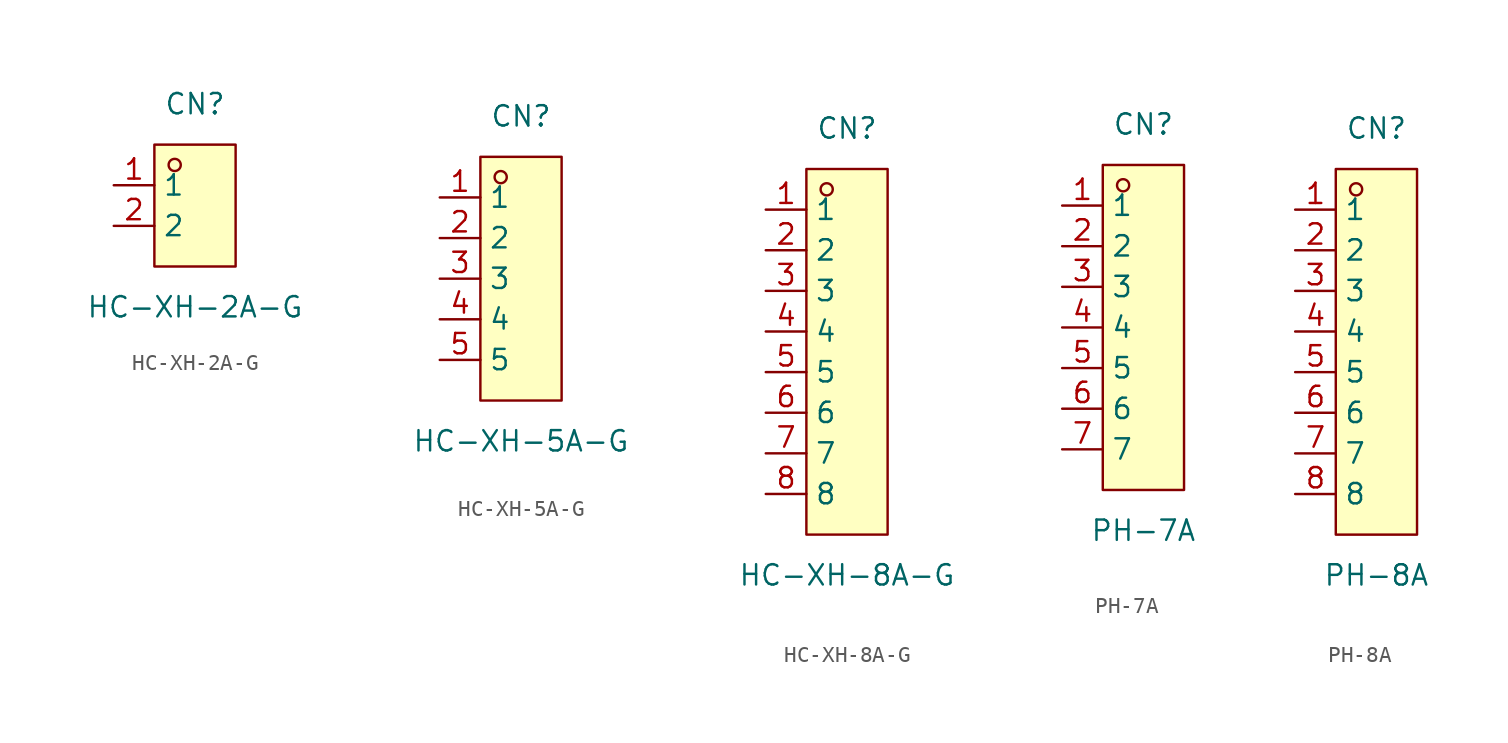
<source format=kicad_sym>
(kicad_symbol_lib
  (version 20211014)
  (generator https://github.com/uPesy/easyeda2kicad.py)
  (symbol "HC-XH-2A-G"
    (property "Reference" "CN"
      (at 0 6.35 0)
      (effects (font (size 1.27 1.27))))
    (property "Value" "HC-XH-2A-G"
      (at 0 -6.35 0)
      (effects (font (size 1.27 1.27))))
    (symbol "HC-XH-2A-G_0_1"
      (rectangle (start -2.54 3.81) (end 2.54 -3.81) (stroke (width 0) (type default) (color 0 0 0 0)) (fill (type background)))
      (circle (center -1.27 2.54) (radius 0.38) (stroke (width 0) (type default) (color 0 0 0 0)) (fill (type none)))
      (pin unspecified line (at -5.08 1.27 0) (length 2.54) (name "1" (effects (font (size 1.27 1.27)))) (number "1" (effects (font (size 1.27 1.27)))))
      (pin unspecified line (at -5.08 -1.27 0) (length 2.54) (name "2" (effects (font (size 1.27 1.27)))) (number "2" (effects (font (size 1.27 1.27)))))))
  (symbol "HC-XH-5A-G"
    (property "Reference" "CN"
      (at 0 10.16 0)
      (effects (font (size 1.27 1.27))))
    (property "Value" "HC-XH-5A-G"
      (at 0 -10.16 0)
      (effects (font (size 1.27 1.27))))
    (symbol "HC-XH-5A-G_0_1"
      (rectangle (start -2.54 7.62) (end 2.54 -7.62) (stroke (width 0) (type default) (color 0 0 0 0)) (fill (type background)))
      (circle (center -1.27 6.35) (radius 0.38) (stroke (width 0) (type default) (color 0 0 0 0)) (fill (type none)))
      (pin unspecified line (at -5.08 5.08 0) (length 2.54) (name "1" (effects (font (size 1.27 1.27)))) (number "1" (effects (font (size 1.27 1.27)))))
      (pin unspecified line (at -5.08 2.54 0) (length 2.54) (name "2" (effects (font (size 1.27 1.27)))) (number "2" (effects (font (size 1.27 1.27)))))
      (pin unspecified line (at -5.08 -0.00 0) (length 2.54) (name "3" (effects (font (size 1.27 1.27)))) (number "3" (effects (font (size 1.27 1.27)))))
      (pin unspecified line (at -5.08 -2.54 0) (length 2.54) (name "4" (effects (font (size 1.27 1.27)))) (number "4" (effects (font (size 1.27 1.27)))))
      (pin unspecified line (at -5.08 -5.08 0) (length 2.54) (name "5" (effects (font (size 1.27 1.27)))) (number "5" (effects (font (size 1.27 1.27)))))))
  (symbol "HC-XH-8A-G"
    (property "Reference" "CN"
      (at 0 13.97 0)
      (effects (font (size 1.27 1.27))))
    (property "Value" "HC-XH-8A-G"
      (at 0 -13.97 0)
      (effects (font (size 1.27 1.27))))
    (symbol "HC-XH-8A-G_0_1"
      (rectangle (start -2.54 11.43) (end 2.54 -11.43) (stroke (width 0) (type default) (color 0 0 0 0)) (fill (type background)))
      (circle (center -1.27 10.16) (radius 0.38) (stroke (width 0) (type default) (color 0 0 0 0)) (fill (type none)))
      (pin unspecified line (at -5.08 8.89 0) (length 2.54) (name "1" (effects (font (size 1.27 1.27)))) (number "1" (effects (font (size 1.27 1.27)))))
      (pin unspecified line (at -5.08 6.35 0) (length 2.54) (name "2" (effects (font (size 1.27 1.27)))) (number "2" (effects (font (size 1.27 1.27)))))
      (pin unspecified line (at -5.08 3.81 0) (length 2.54) (name "3" (effects (font (size 1.27 1.27)))) (number "3" (effects (font (size 1.27 1.27)))))
      (pin unspecified line (at -5.08 1.27 0) (length 2.54) (name "4" (effects (font (size 1.27 1.27)))) (number "4" (effects (font (size 1.27 1.27)))))
      (pin unspecified line (at -5.08 -1.27 0) (length 2.54) (name "5" (effects (font (size 1.27 1.27)))) (number "5" (effects (font (size 1.27 1.27)))))
      (pin unspecified line (at -5.08 -3.81 0) (length 2.54) (name "6" (effects (font (size 1.27 1.27)))) (number "6" (effects (font (size 1.27 1.27)))))
      (pin unspecified line (at -5.08 -6.35 0) (length 2.54) (name "7" (effects (font (size 1.27 1.27)))) (number "7" (effects (font (size 1.27 1.27)))))
      (pin unspecified line (at -5.08 -8.89 0) (length 2.54) (name "8" (effects (font (size 1.27 1.27)))) (number "8" (effects (font (size 1.27 1.27)))))))
  (symbol "PH-7A"
    (property "Reference" "CN"
      (at 0 12.70 0)
      (effects (font (size 1.27 1.27))))
    (property "Value" "PH-7A"
      (at 0 -12.70 0)
      (effects (font (size 1.27 1.27))))
    (symbol "PH-7A_0_1"
      (rectangle (start -2.54 10.16) (end 2.54 -10.16) (stroke (width 0) (type default) (color 0 0 0 0)) (fill (type background)))
      (circle (center -1.27 8.89) (radius 0.38) (stroke (width 0) (type default) (color 0 0 0 0)) (fill (type none)))
      (pin unspecified line (at -5.08 7.62 0) (length 2.54) (name "1" (effects (font (size 1.27 1.27)))) (number "1" (effects (font (size 1.27 1.27)))))
      (pin unspecified line (at -5.08 5.08 0) (length 2.54) (name "2" (effects (font (size 1.27 1.27)))) (number "2" (effects (font (size 1.27 1.27)))))
      (pin unspecified line (at -5.08 2.54 0) (length 2.54) (name "3" (effects (font (size 1.27 1.27)))) (number "3" (effects (font (size 1.27 1.27)))))
      (pin unspecified line (at -5.08 -0.00 0) (length 2.54) (name "4" (effects (font (size 1.27 1.27)))) (number "4" (effects (font (size 1.27 1.27)))))
      (pin unspecified line (at -5.08 -2.54 0) (length 2.54) (name "5" (effects (font (size 1.27 1.27)))) (number "5" (effects (font (size 1.27 1.27)))))
      (pin unspecified line (at -5.08 -5.08 0) (length 2.54) (name "6" (effects (font (size 1.27 1.27)))) (number "6" (effects (font (size 1.27 1.27)))))
      (pin unspecified line (at -5.08 -7.62 0) (length 2.54) (name "7" (effects (font (size 1.27 1.27)))) (number "7" (effects (font (size 1.27 1.27)))))))
  (symbol "PH-8A"
    (property "Reference" "CN"
      (at 0 13.97 0)
      (effects (font (size 1.27 1.27))))
    (property "Value" "PH-8A"
      (at 0 -13.97 0)
      (effects (font (size 1.27 1.27))))
    (symbol "PH-8A_0_1"
      (rectangle (start -2.54 11.43) (end 2.54 -11.43) (stroke (width 0) (type default) (color 0 0 0 0)) (fill (type background)))
      (circle (center -1.27 10.16) (radius 0.38) (stroke (width 0) (type default) (color 0 0 0 0)) (fill (type none)))
      (pin unspecified line (at -5.08 8.89 0) (length 2.54) (name "1" (effects (font (size 1.27 1.27)))) (number "1" (effects (font (size 1.27 1.27)))))
      (pin unspecified line (at -5.08 6.35 0) (length 2.54) (name "2" (effects (font (size 1.27 1.27)))) (number "2" (effects (font (size 1.27 1.27)))))
      (pin unspecified line (at -5.08 3.81 0) (length 2.54) (name "3" (effects (font (size 1.27 1.27)))) (number "3" (effects (font (size 1.27 1.27)))))
      (pin unspecified line (at -5.08 1.27 0) (length 2.54) (name "4" (effects (font (size 1.27 1.27)))) (number "4" (effects (font (size 1.27 1.27)))))
      (pin unspecified line (at -5.08 -1.27 0) (length 2.54) (name "5" (effects (font (size 1.27 1.27)))) (number "5" (effects (font (size 1.27 1.27)))))
      (pin unspecified line (at -5.08 -3.81 0) (length 2.54) (name "6" (effects (font (size 1.27 1.27)))) (number "6" (effects (font (size 1.27 1.27)))))
      (pin unspecified line (at -5.08 -6.35 0) (length 2.54) (name "7" (effects (font (size 1.27 1.27)))) (number "7" (effects (font (size 1.27 1.27)))))
      (pin unspecified line (at -5.08 -8.89 0) (length 2.54) (name "8" (effects (font (size 1.27 1.27)))) (number "8" (effects (font (size 1.27 1.27))))))))
</source>
